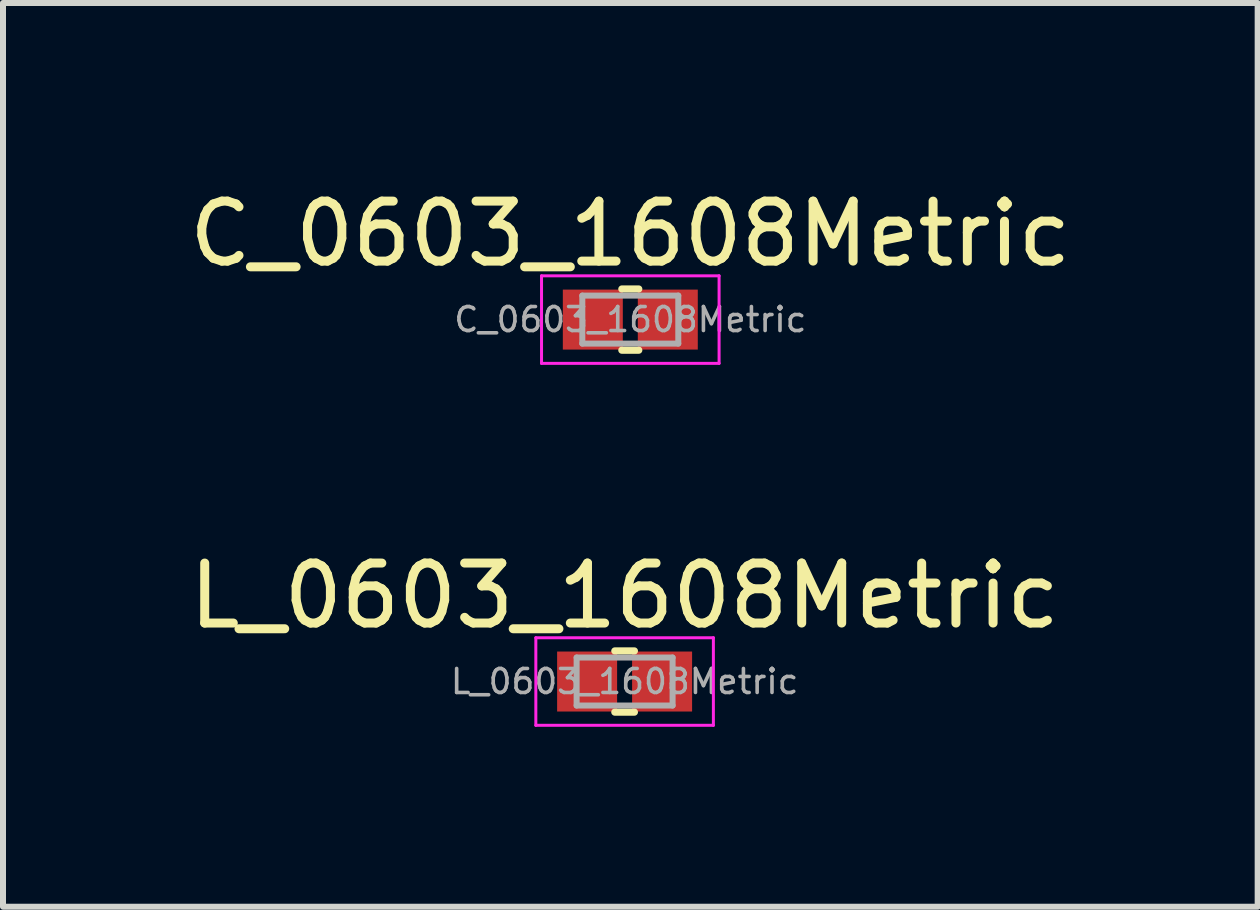
<source format=kicad_pcb>
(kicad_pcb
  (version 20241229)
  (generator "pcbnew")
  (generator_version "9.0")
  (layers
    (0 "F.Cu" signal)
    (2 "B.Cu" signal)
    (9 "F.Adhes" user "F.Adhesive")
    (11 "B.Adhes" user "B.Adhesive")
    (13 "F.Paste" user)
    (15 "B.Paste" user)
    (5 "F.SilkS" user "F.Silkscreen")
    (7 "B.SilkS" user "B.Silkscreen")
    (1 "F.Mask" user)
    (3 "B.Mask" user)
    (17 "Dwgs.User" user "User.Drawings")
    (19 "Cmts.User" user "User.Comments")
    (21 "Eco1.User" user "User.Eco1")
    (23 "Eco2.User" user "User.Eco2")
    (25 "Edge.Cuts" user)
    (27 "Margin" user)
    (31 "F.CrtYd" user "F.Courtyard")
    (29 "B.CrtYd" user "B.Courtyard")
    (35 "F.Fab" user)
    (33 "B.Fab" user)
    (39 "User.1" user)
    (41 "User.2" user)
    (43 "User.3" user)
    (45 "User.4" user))
  (footprint "C_0603_1608Metric"
    (layer "F.Cu")
    (at 7.458 2.278)
    (property "Reference" "C_0603_1608Metric" (at 0 -1.43 0) (layer "F.SilkS") (effects (font (size 1 1) (thickness 0.15))))
    (attr smd)
    (fp_line (start -0.141 -0.51) (end 0.141 -0.51) (stroke (width 0.12) (type solid)) (layer "F.SilkS"))
    (fp_line (start -0.141 0.51) (end 0.141 0.51) (stroke (width 0.12) (type solid)) (layer "F.SilkS"))
    (fp_line (start -1.48 -0.73) (end 1.48 -0.73) (stroke (width 0.05) (type solid)) (layer "F.CrtYd"))
    (fp_line (start -1.48 0.73) (end -1.48 -0.73) (stroke (width 0.05) (type solid)) (layer "F.CrtYd"))
    (fp_line (start 1.48 -0.73) (end 1.48 0.73) (stroke (width 0.05) (type solid)) (layer "F.CrtYd"))
    (fp_line (start 1.48 0.73) (end -1.48 0.73) (stroke (width 0.05) (type solid)) (layer "F.CrtYd"))
    (fp_line (start -0.8 -0.4) (end 0.8 -0.4) (stroke (width 0.1) (type solid)) (layer "F.Fab"))
    (fp_line (start -0.8 0.4) (end -0.8 -0.4) (stroke (width 0.1) (type solid)) (layer "F.Fab"))
    (fp_line (start 0.8 -0.4) (end 0.8 0.4) (stroke (width 0.1) (type solid)) (layer "F.Fab"))
    (fp_line (start 0.8 0.4) (end -0.8 0.4) (stroke (width 0.1) (type solid)) (layer "F.Fab"))
    (fp_text user "${REFERENCE}" (at 0 0 0) (layer "F.Fab") (effects (font (size 0.4 0.4) (thickness 0.06))))
    (pad "1" smd rect (at -0.625 0) (size 1 1) (layers "F.Cu" "F.Mask" "F.Paste"))
    (pad "2" smd rect (at 0.625 0) (size 1 1) (layers "F.Cu" "F.Mask" "F.Paste")))
  (footprint "L_0603_1608Metric"
    (layer "F.Cu")
    (at 7.363 8.312)
    (property "Reference" "L_0603_1608Metric" (at 0 -1.43 0) (layer "F.SilkS") (effects (font (size 1 1) (thickness 0.15))))
    (attr smd)
    (fp_line (start -0.163 -0.51) (end 0.163 -0.51) (stroke (width 0.12) (type solid)) (layer "F.SilkS"))
    (fp_line (start -0.163 0.51) (end 0.163 0.51) (stroke (width 0.12) (type solid)) (layer "F.SilkS"))
    (fp_line (start -1.48 -0.73) (end 1.48 -0.73) (stroke (width 0.05) (type solid)) (layer "F.CrtYd"))
    (fp_line (start -1.48 0.73) (end -1.48 -0.73) (stroke (width 0.05) (type solid)) (layer "F.CrtYd"))
    (fp_line (start 1.48 -0.73) (end 1.48 0.73) (stroke (width 0.05) (type solid)) (layer "F.CrtYd"))
    (fp_line (start 1.48 0.73) (end -1.48 0.73) (stroke (width 0.05) (type solid)) (layer "F.CrtYd"))
    (fp_line (start -0.8 -0.4) (end 0.8 -0.4) (stroke (width 0.1) (type solid)) (layer "F.Fab"))
    (fp_line (start -0.8 0.4) (end -0.8 -0.4) (stroke (width 0.1) (type solid)) (layer "F.Fab"))
    (fp_line (start 0.8 -0.4) (end 0.8 0.4) (stroke (width 0.1) (type solid)) (layer "F.Fab"))
    (fp_line (start 0.8 0.4) (end -0.8 0.4) (stroke (width 0.1) (type solid)) (layer "F.Fab"))
    (fp_text user "${REFERENCE}" (at 0 0 0) (layer "F.Fab") (effects (font (size 0.4 0.4) (thickness 0.06))))
    (pad "1" smd rect (at -0.625 0) (size 1 1) (layers "F.Cu" "F.Mask" "F.Paste"))
    (pad "2" smd rect (at 0.625 0) (size 1 1) (layers "F.Cu" "F.Mask" "F.Paste")))
  (gr_rect
    (start -3 -3)
    (end 17.917 12.066)
    (stroke (width 0.1) (type default))
    (fill no)
    (layer "Edge.Cuts")))
</source>
